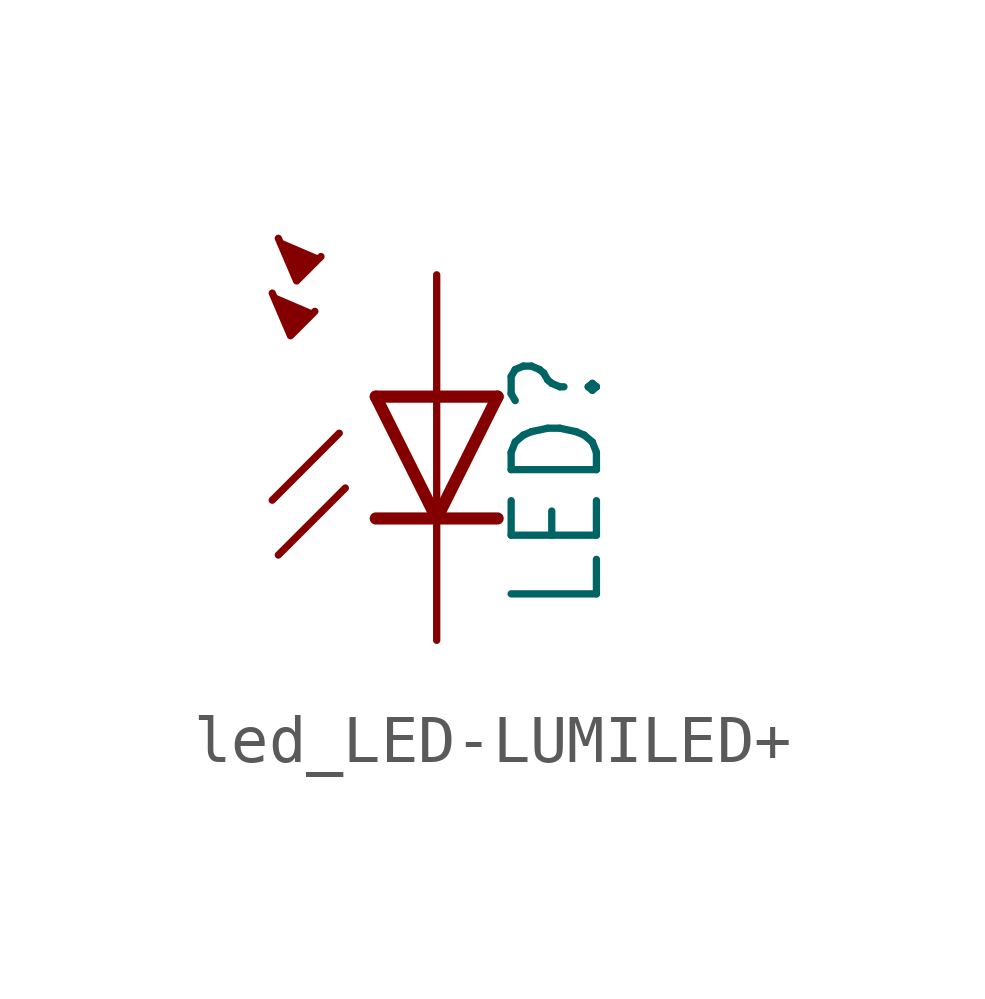
<source format=kicad_sym>
(kicad_symbol_lib
  (version 20241209)
  (generator "kicad_symbol_editor")
  (generator_version "9.0")
  (symbol "led_LED-LUMILED+"
    (property "Reference" "LED"
      (at 3.556 -4.572 90)
      (effects (font (size 1.778 1.511)) (justify left bottom)))
    (property "Value" ""
      (at 5.715 -4.572 90)
      (effects (font (size 1.778 1.511)) (justify left bottom)))
    (property "ki_locked" ""
      (at 0 0 0)
      (effects (font (size 1.27 1.27))))
    (symbol "led_LED-LUMILED+_1_0"
      (polyline (pts (xy -3.429 2.159) (xy -3.048 1.27) (xy -2.54 1.778)) (stroke (width 0.152) (type solid)) (fill (type outline)))
      (polyline (pts (xy -3.302 3.302) (xy -2.921 2.413) (xy -2.413 2.921)) (stroke (width 0.152) (type solid)) (fill (type outline)))
      (polyline (pts (xy -2.032 -0.762) (xy -3.429 -2.159)) (stroke (width 0.152) (type solid)) (fill (type none)))
      (polyline (pts (xy -1.905 -1.905) (xy -3.302 -3.302)) (stroke (width 0.152) (type solid)) (fill (type none)))
      (polyline (pts (xy 0 0) (xy -1.27 0)) (stroke (width 0.254) (type solid)) (fill (type none)))
      (polyline (pts (xy 0 0) (xy 0 -2.54)) (stroke (width 0.152) (type solid)) (fill (type none)))
      (polyline (pts (xy 0 -2.54) (xy -1.27 0)) (stroke (width 0.254) (type solid)) (fill (type none)))
      (polyline (pts (xy 0 -2.54) (xy -1.27 -2.54)) (stroke (width 0.254) (type solid)) (fill (type none)))
      (polyline (pts (xy 1.27 0) (xy 0 0)) (stroke (width 0.254) (type solid)) (fill (type none)))
      (polyline (pts (xy 1.27 0) (xy 0 -2.54)) (stroke (width 0.254) (type solid)) (fill (type none)))
      (polyline (pts (xy 1.27 -2.54) (xy 0 -2.54)) (stroke (width 0.254) (type solid)) (fill (type none)))
      (pin passive line (at 0 2.54 270) (length 2.54) (name "A" (effects (font (size 0 0)))) (number "2+" (effects (font (size 0 0)))))
      (pin passive line (at 0 -5.08 90) (length 2.54) (name "C" (effects (font (size 0 0)))) (number "4-" (effects (font (size 0 0))))))))
</source>
